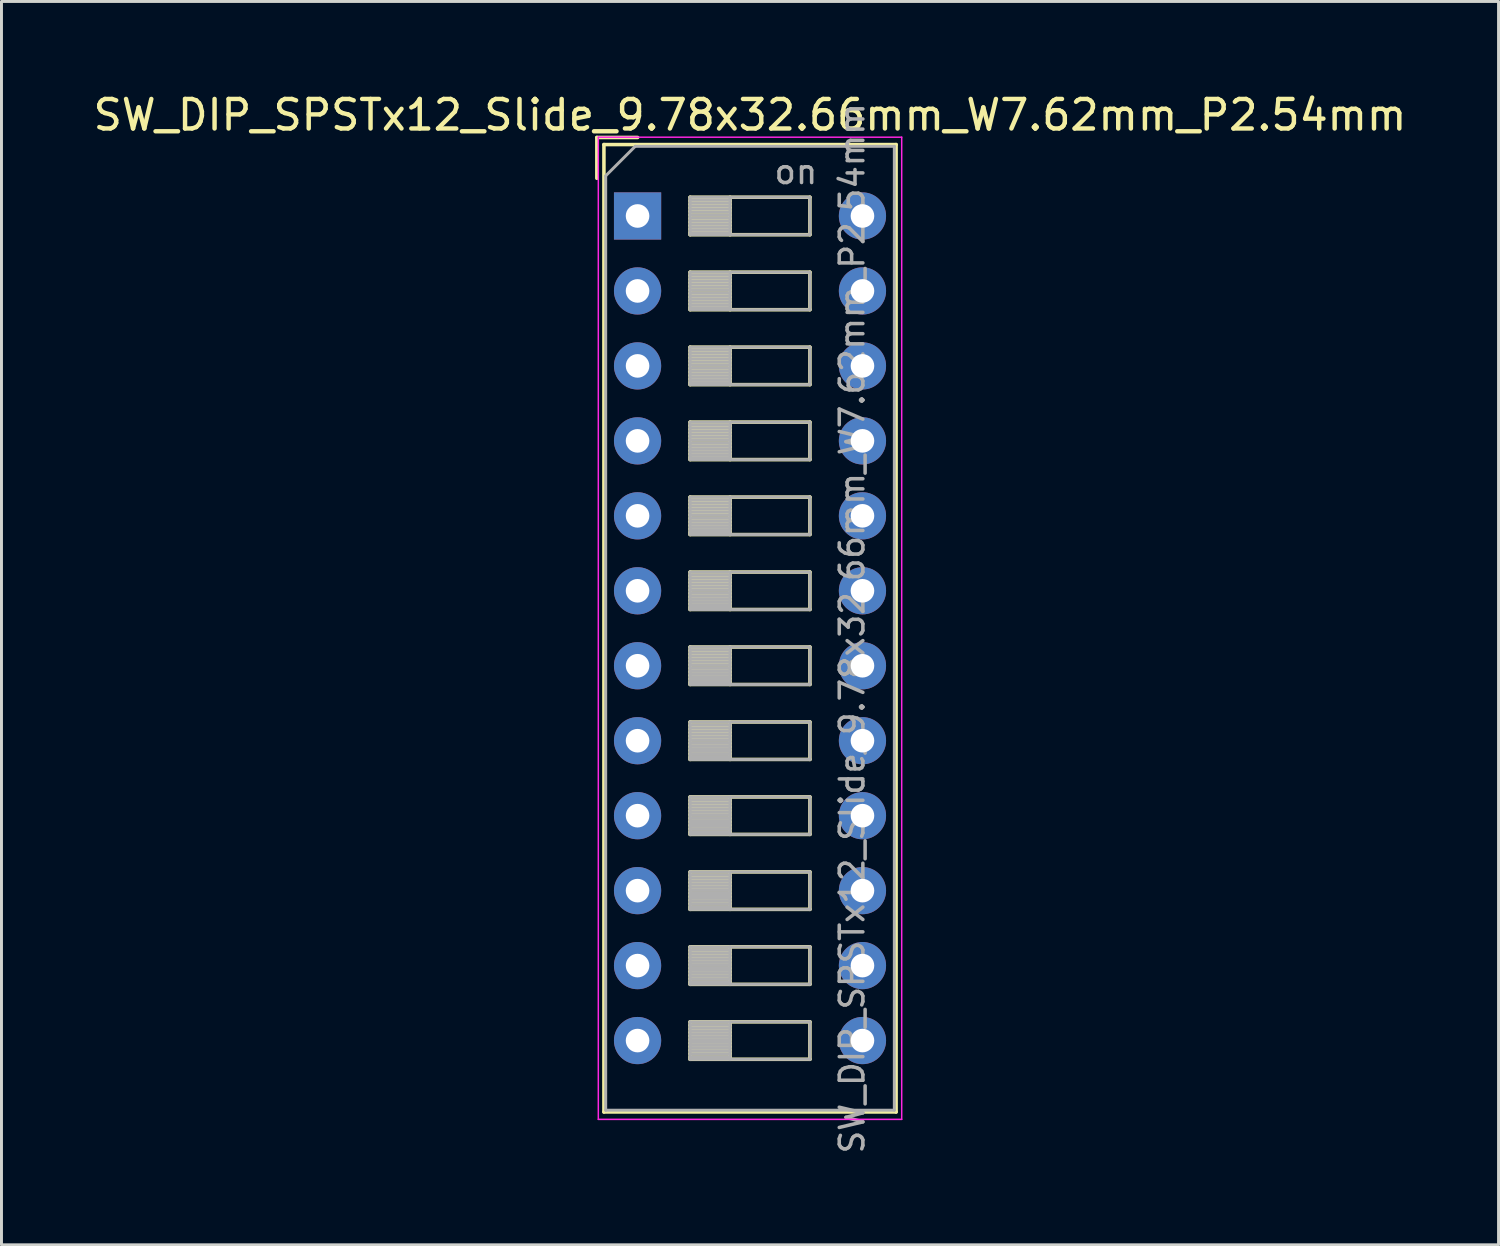
<source format=kicad_pcb>
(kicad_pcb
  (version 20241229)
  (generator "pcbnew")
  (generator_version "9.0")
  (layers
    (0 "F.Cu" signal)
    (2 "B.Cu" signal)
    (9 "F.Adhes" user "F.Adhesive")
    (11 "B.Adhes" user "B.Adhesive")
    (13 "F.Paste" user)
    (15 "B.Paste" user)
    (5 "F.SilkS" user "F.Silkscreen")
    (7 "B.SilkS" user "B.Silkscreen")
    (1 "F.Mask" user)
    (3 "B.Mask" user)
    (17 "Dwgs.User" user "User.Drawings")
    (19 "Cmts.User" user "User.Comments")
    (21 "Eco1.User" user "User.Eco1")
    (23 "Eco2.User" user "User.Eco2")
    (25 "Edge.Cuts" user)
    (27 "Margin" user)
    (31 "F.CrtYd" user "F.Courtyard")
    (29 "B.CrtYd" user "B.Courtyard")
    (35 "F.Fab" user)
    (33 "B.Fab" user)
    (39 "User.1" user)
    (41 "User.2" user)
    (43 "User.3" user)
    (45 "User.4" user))
  (footprint "SW_DIP_SPSTx12_Slide_9.78x32.66mm_W7.62mm_P2.54mm"
    (layer "F.Cu")
    (at 18.553 4.268)
    (property "Reference" "SW_DIP_SPSTx12_Slide_9.78x32.66mm_W7.62mm_P2.54mm" (at 3.81 -3.42 0) (layer "F.SilkS") (effects (font (size 1 1) (thickness 0.15))))
    (attr through_hole)
    (fp_line (start -1.38 -2.66) (end -1.38 -1.277) (stroke (width 0.12) (type solid)) (layer "F.SilkS"))
    (fp_line (start -1.38 -2.66) (end 0.003 -2.66) (stroke (width 0.12) (type solid)) (layer "F.SilkS"))
    (fp_line (start -1.14 -2.42) (end -1.14 30.36) (stroke (width 0.12) (type solid)) (layer "F.SilkS"))
    (fp_line (start -1.14 -2.42) (end 8.76 -2.42) (stroke (width 0.12) (type solid)) (layer "F.SilkS"))
    (fp_line (start -1.14 30.36) (end 8.76 30.36) (stroke (width 0.12) (type solid)) (layer "F.SilkS"))
    (fp_line (start 1.78 -0.635) (end 1.78 0.635) (stroke (width 0.12) (type solid)) (layer "F.SilkS"))
    (fp_line (start 1.78 -0.515) (end 3.133 -0.515) (stroke (width 0.12) (type solid)) (layer "F.SilkS"))
    (fp_line (start 1.78 -0.395) (end 3.133 -0.395) (stroke (width 0.12) (type solid)) (layer "F.SilkS"))
    (fp_line (start 1.78 -0.275) (end 3.133 -0.275) (stroke (width 0.12) (type solid)) (layer "F.SilkS"))
    (fp_line (start 1.78 -0.155) (end 3.133 -0.155) (stroke (width 0.12) (type solid)) (layer "F.SilkS"))
    (fp_line (start 1.78 -0.035) (end 3.133 -0.035) (stroke (width 0.12) (type solid)) (layer "F.SilkS"))
    (fp_line (start 1.78 0.085) (end 3.133 0.085) (stroke (width 0.12) (type solid)) (layer "F.SilkS"))
    (fp_line (start 1.78 0.205) (end 3.133 0.205) (stroke (width 0.12) (type solid)) (layer "F.SilkS"))
    (fp_line (start 1.78 0.325) (end 3.133 0.325) (stroke (width 0.12) (type solid)) (layer "F.SilkS"))
    (fp_line (start 1.78 0.445) (end 3.133 0.445) (stroke (width 0.12) (type solid)) (layer "F.SilkS"))
    (fp_line (start 1.78 0.565) (end 3.133 0.565) (stroke (width 0.12) (type solid)) (layer "F.SilkS"))
    (fp_line (start 1.78 0.635) (end 5.84 0.635) (stroke (width 0.12) (type solid)) (layer "F.SilkS"))
    (fp_line (start 1.78 1.905) (end 1.78 3.175) (stroke (width 0.12) (type solid)) (layer "F.SilkS"))
    (fp_line (start 1.78 2.025) (end 3.133 2.025) (stroke (width 0.12) (type solid)) (layer "F.SilkS"))
    (fp_line (start 1.78 2.145) (end 3.133 2.145) (stroke (width 0.12) (type solid)) (layer "F.SilkS"))
    (fp_line (start 1.78 2.265) (end 3.133 2.265) (stroke (width 0.12) (type solid)) (layer "F.SilkS"))
    (fp_line (start 1.78 2.385) (end 3.133 2.385) (stroke (width 0.12) (type solid)) (layer "F.SilkS"))
    (fp_line (start 1.78 2.505) (end 3.133 2.505) (stroke (width 0.12) (type solid)) (layer "F.SilkS"))
    (fp_line (start 1.78 2.625) (end 3.133 2.625) (stroke (width 0.12) (type solid)) (layer "F.SilkS"))
    (fp_line (start 1.78 2.745) (end 3.133 2.745) (stroke (width 0.12) (type solid)) (layer "F.SilkS"))
    (fp_line (start 1.78 2.865) (end 3.133 2.865) (stroke (width 0.12) (type solid)) (layer "F.SilkS"))
    (fp_line (start 1.78 2.985) (end 3.133 2.985) (stroke (width 0.12) (type solid)) (layer "F.SilkS"))
    (fp_line (start 1.78 3.105) (end 3.133 3.105) (stroke (width 0.12) (type solid)) (layer "F.SilkS"))
    (fp_line (start 1.78 3.175) (end 5.84 3.175) (stroke (width 0.12) (type solid)) (layer "F.SilkS"))
    (fp_line (start 1.78 4.445) (end 1.78 5.715) (stroke (width 0.12) (type solid)) (layer "F.SilkS"))
    (fp_line (start 1.78 4.565) (end 3.133 4.565) (stroke (width 0.12) (type solid)) (layer "F.SilkS"))
    (fp_line (start 1.78 4.685) (end 3.133 4.685) (stroke (width 0.12) (type solid)) (layer "F.SilkS"))
    (fp_line (start 1.78 4.805) (end 3.133 4.805) (stroke (width 0.12) (type solid)) (layer "F.SilkS"))
    (fp_line (start 1.78 4.925) (end 3.133 4.925) (stroke (width 0.12) (type solid)) (layer "F.SilkS"))
    (fp_line (start 1.78 5.045) (end 3.133 5.045) (stroke (width 0.12) (type solid)) (layer "F.SilkS"))
    (fp_line (start 1.78 5.165) (end 3.133 5.165) (stroke (width 0.12) (type solid)) (layer "F.SilkS"))
    (fp_line (start 1.78 5.285) (end 3.133 5.285) (stroke (width 0.12) (type solid)) (layer "F.SilkS"))
    (fp_line (start 1.78 5.405) (end 3.133 5.405) (stroke (width 0.12) (type solid)) (layer "F.SilkS"))
    (fp_line (start 1.78 5.525) (end 3.133 5.525) (stroke (width 0.12) (type solid)) (layer "F.SilkS"))
    (fp_line (start 1.78 5.645) (end 3.133 5.645) (stroke (width 0.12) (type solid)) (layer "F.SilkS"))
    (fp_line (start 1.78 5.715) (end 5.84 5.715) (stroke (width 0.12) (type solid)) (layer "F.SilkS"))
    (fp_line (start 1.78 6.985) (end 1.78 8.255) (stroke (width 0.12) (type solid)) (layer "F.SilkS"))
    (fp_line (start 1.78 7.105) (end 3.133 7.105) (stroke (width 0.12) (type solid)) (layer "F.SilkS"))
    (fp_line (start 1.78 7.225) (end 3.133 7.225) (stroke (width 0.12) (type solid)) (layer "F.SilkS"))
    (fp_line (start 1.78 7.345) (end 3.133 7.345) (stroke (width 0.12) (type solid)) (layer "F.SilkS"))
    (fp_line (start 1.78 7.465) (end 3.133 7.465) (stroke (width 0.12) (type solid)) (layer "F.SilkS"))
    (fp_line (start 1.78 7.585) (end 3.133 7.585) (stroke (width 0.12) (type solid)) (layer "F.SilkS"))
    (fp_line (start 1.78 7.705) (end 3.133 7.705) (stroke (width 0.12) (type solid)) (layer "F.SilkS"))
    (fp_line (start 1.78 7.825) (end 3.133 7.825) (stroke (width 0.12) (type solid)) (layer "F.SilkS"))
    (fp_line (start 1.78 7.945) (end 3.133 7.945) (stroke (width 0.12) (type solid)) (layer "F.SilkS"))
    (fp_line (start 1.78 8.065) (end 3.133 8.065) (stroke (width 0.12) (type solid)) (layer "F.SilkS"))
    (fp_line (start 1.78 8.185) (end 3.133 8.185) (stroke (width 0.12) (type solid)) (layer "F.SilkS"))
    (fp_line (start 1.78 8.255) (end 5.84 8.255) (stroke (width 0.12) (type solid)) (layer "F.SilkS"))
    (fp_line (start 1.78 9.525) (end 1.78 10.795) (stroke (width 0.12) (type solid)) (layer "F.SilkS"))
    (fp_line (start 1.78 9.645) (end 3.133 9.645) (stroke (width 0.12) (type solid)) (layer "F.SilkS"))
    (fp_line (start 1.78 9.765) (end 3.133 9.765) (stroke (width 0.12) (type solid)) (layer "F.SilkS"))
    (fp_line (start 1.78 9.885) (end 3.133 9.885) (stroke (width 0.12) (type solid)) (layer "F.SilkS"))
    (fp_line (start 1.78 10.005) (end 3.133 10.005) (stroke (width 0.12) (type solid)) (layer "F.SilkS"))
    (fp_line (start 1.78 10.125) (end 3.133 10.125) (stroke (width 0.12) (type solid)) (layer "F.SilkS"))
    (fp_line (start 1.78 10.245) (end 3.133 10.245) (stroke (width 0.12) (type solid)) (layer "F.SilkS"))
    (fp_line (start 1.78 10.365) (end 3.133 10.365) (stroke (width 0.12) (type solid)) (layer "F.SilkS"))
    (fp_line (start 1.78 10.485) (end 3.133 10.485) (stroke (width 0.12) (type solid)) (layer "F.SilkS"))
    (fp_line (start 1.78 10.605) (end 3.133 10.605) (stroke (width 0.12) (type solid)) (layer "F.SilkS"))
    (fp_line (start 1.78 10.725) (end 3.133 10.725) (stroke (width 0.12) (type solid)) (layer "F.SilkS"))
    (fp_line (start 1.78 10.795) (end 5.84 10.795) (stroke (width 0.12) (type solid)) (layer "F.SilkS"))
    (fp_line (start 1.78 12.065) (end 1.78 13.335) (stroke (width 0.12) (type solid)) (layer "F.SilkS"))
    (fp_line (start 1.78 12.185) (end 3.133 12.185) (stroke (width 0.12) (type solid)) (layer "F.SilkS"))
    (fp_line (start 1.78 12.305) (end 3.133 12.305) (stroke (width 0.12) (type solid)) (layer "F.SilkS"))
    (fp_line (start 1.78 12.425) (end 3.133 12.425) (stroke (width 0.12) (type solid)) (layer "F.SilkS"))
    (fp_line (start 1.78 12.545) (end 3.133 12.545) (stroke (width 0.12) (type solid)) (layer "F.SilkS"))
    (fp_line (start 1.78 12.665) (end 3.133 12.665) (stroke (width 0.12) (type solid)) (layer "F.SilkS"))
    (fp_line (start 1.78 12.785) (end 3.133 12.785) (stroke (width 0.12) (type solid)) (layer "F.SilkS"))
    (fp_line (start 1.78 12.905) (end 3.133 12.905) (stroke (width 0.12) (type solid)) (layer "F.SilkS"))
    (fp_line (start 1.78 13.025) (end 3.133 13.025) (stroke (width 0.12) (type solid)) (layer "F.SilkS"))
    (fp_line (start 1.78 13.145) (end 3.133 13.145) (stroke (width 0.12) (type solid)) (layer "F.SilkS"))
    (fp_line (start 1.78 13.265) (end 3.133 13.265) (stroke (width 0.12) (type solid)) (layer "F.SilkS"))
    (fp_line (start 1.78 13.335) (end 5.84 13.335) (stroke (width 0.12) (type solid)) (layer "F.SilkS"))
    (fp_line (start 1.78 14.605) (end 1.78 15.875) (stroke (width 0.12) (type solid)) (layer "F.SilkS"))
    (fp_line (start 1.78 14.725) (end 3.133 14.725) (stroke (width 0.12) (type solid)) (layer "F.SilkS"))
    (fp_line (start 1.78 14.845) (end 3.133 14.845) (stroke (width 0.12) (type solid)) (layer "F.SilkS"))
    (fp_line (start 1.78 14.965) (end 3.133 14.965) (stroke (width 0.12) (type solid)) (layer "F.SilkS"))
    (fp_line (start 1.78 15.085) (end 3.133 15.085) (stroke (width 0.12) (type solid)) (layer "F.SilkS"))
    (fp_line (start 1.78 15.205) (end 3.133 15.205) (stroke (width 0.12) (type solid)) (layer "F.SilkS"))
    (fp_line (start 1.78 15.325) (end 3.133 15.325) (stroke (width 0.12) (type solid)) (layer "F.SilkS"))
    (fp_line (start 1.78 15.445) (end 3.133 15.445) (stroke (width 0.12) (type solid)) (layer "F.SilkS"))
    (fp_line (start 1.78 15.565) (end 3.133 15.565) (stroke (width 0.12) (type solid)) (layer "F.SilkS"))
    (fp_line (start 1.78 15.685) (end 3.133 15.685) (stroke (width 0.12) (type solid)) (layer "F.SilkS"))
    (fp_line (start 1.78 15.805) (end 3.133 15.805) (stroke (width 0.12) (type solid)) (layer "F.SilkS"))
    (fp_line (start 1.78 15.875) (end 5.84 15.875) (stroke (width 0.12) (type solid)) (layer "F.SilkS"))
    (fp_line (start 1.78 17.145) (end 1.78 18.415) (stroke (width 0.12) (type solid)) (layer "F.SilkS"))
    (fp_line (start 1.78 17.265) (end 3.133 17.265) (stroke (width 0.12) (type solid)) (layer "F.SilkS"))
    (fp_line (start 1.78 17.385) (end 3.133 17.385) (stroke (width 0.12) (type solid)) (layer "F.SilkS"))
    (fp_line (start 1.78 17.505) (end 3.133 17.505) (stroke (width 0.12) (type solid)) (layer "F.SilkS"))
    (fp_line (start 1.78 17.625) (end 3.133 17.625) (stroke (width 0.12) (type solid)) (layer "F.SilkS"))
    (fp_line (start 1.78 17.745) (end 3.133 17.745) (stroke (width 0.12) (type solid)) (layer "F.SilkS"))
    (fp_line (start 1.78 17.865) (end 3.133 17.865) (stroke (width 0.12) (type solid)) (layer "F.SilkS"))
    (fp_line (start 1.78 17.985) (end 3.133 17.985) (stroke (width 0.12) (type solid)) (layer "F.SilkS"))
    (fp_line (start 1.78 18.105) (end 3.133 18.105) (stroke (width 0.12) (type solid)) (layer "F.SilkS"))
    (fp_line (start 1.78 18.225) (end 3.133 18.225) (stroke (width 0.12) (type solid)) (layer "F.SilkS"))
    (fp_line (start 1.78 18.345) (end 3.133 18.345) (stroke (width 0.12) (type solid)) (layer "F.SilkS"))
    (fp_line (start 1.78 18.415) (end 5.84 18.415) (stroke (width 0.12) (type solid)) (layer "F.SilkS"))
    (fp_line (start 1.78 19.685) (end 1.78 20.955) (stroke (width 0.12) (type solid)) (layer "F.SilkS"))
    (fp_line (start 1.78 19.805) (end 3.133 19.805) (stroke (width 0.12) (type solid)) (layer "F.SilkS"))
    (fp_line (start 1.78 19.925) (end 3.133 19.925) (stroke (width 0.12) (type solid)) (layer "F.SilkS"))
    (fp_line (start 1.78 20.045) (end 3.133 20.045) (stroke (width 0.12) (type solid)) (layer "F.SilkS"))
    (fp_line (start 1.78 20.165) (end 3.133 20.165) (stroke (width 0.12) (type solid)) (layer "F.SilkS"))
    (fp_line (start 1.78 20.285) (end 3.133 20.285) (stroke (width 0.12) (type solid)) (layer "F.SilkS"))
    (fp_line (start 1.78 20.405) (end 3.133 20.405) (stroke (width 0.12) (type solid)) (layer "F.SilkS"))
    (fp_line (start 1.78 20.525) (end 3.133 20.525) (stroke (width 0.12) (type solid)) (layer "F.SilkS"))
    (fp_line (start 1.78 20.645) (end 3.133 20.645) (stroke (width 0.12) (type solid)) (layer "F.SilkS"))
    (fp_line (start 1.78 20.765) (end 3.133 20.765) (stroke (width 0.12) (type solid)) (layer "F.SilkS"))
    (fp_line (start 1.78 20.885) (end 3.133 20.885) (stroke (width 0.12) (type solid)) (layer "F.SilkS"))
    (fp_line (start 1.78 20.955) (end 5.84 20.955) (stroke (width 0.12) (type solid)) (layer "F.SilkS"))
    (fp_line (start 1.78 22.225) (end 1.78 23.495) (stroke (width 0.12) (type solid)) (layer "F.SilkS"))
    (fp_line (start 1.78 22.345) (end 3.133 22.345) (stroke (width 0.12) (type solid)) (layer "F.SilkS"))
    (fp_line (start 1.78 22.465) (end 3.133 22.465) (stroke (width 0.12) (type solid)) (layer "F.SilkS"))
    (fp_line (start 1.78 22.585) (end 3.133 22.585) (stroke (width 0.12) (type solid)) (layer "F.SilkS"))
    (fp_line (start 1.78 22.705) (end 3.133 22.705) (stroke (width 0.12) (type solid)) (layer "F.SilkS"))
    (fp_line (start 1.78 22.825) (end 3.133 22.825) (stroke (width 0.12) (type solid)) (layer "F.SilkS"))
    (fp_line (start 1.78 22.945) (end 3.133 22.945) (stroke (width 0.12) (type solid)) (layer "F.SilkS"))
    (fp_line (start 1.78 23.065) (end 3.133 23.065) (stroke (width 0.12) (type solid)) (layer "F.SilkS"))
    (fp_line (start 1.78 23.185) (end 3.133 23.185) (stroke (width 0.12) (type solid)) (layer "F.SilkS"))
    (fp_line (start 1.78 23.305) (end 3.133 23.305) (stroke (width 0.12) (type solid)) (layer "F.SilkS"))
    (fp_line (start 1.78 23.425) (end 3.133 23.425) (stroke (width 0.12) (type solid)) (layer "F.SilkS"))
    (fp_line (start 1.78 23.495) (end 5.84 23.495) (stroke (width 0.12) (type solid)) (layer "F.SilkS"))
    (fp_line (start 1.78 24.765) (end 1.78 26.035) (stroke (width 0.12) (type solid)) (layer "F.SilkS"))
    (fp_line (start 1.78 24.885) (end 3.133 24.885) (stroke (width 0.12) (type solid)) (layer "F.SilkS"))
    (fp_line (start 1.78 25.005) (end 3.133 25.005) (stroke (width 0.12) (type solid)) (layer "F.SilkS"))
    (fp_line (start 1.78 25.125) (end 3.133 25.125) (stroke (width 0.12) (type solid)) (layer "F.SilkS"))
    (fp_line (start 1.78 25.245) (end 3.133 25.245) (stroke (width 0.12) (type solid)) (layer "F.SilkS"))
    (fp_line (start 1.78 25.365) (end 3.133 25.365) (stroke (width 0.12) (type solid)) (layer "F.SilkS"))
    (fp_line (start 1.78 25.485) (end 3.133 25.485) (stroke (width 0.12) (type solid)) (layer "F.SilkS"))
    (fp_line (start 1.78 25.605) (end 3.133 25.605) (stroke (width 0.12) (type solid)) (layer "F.SilkS"))
    (fp_line (start 1.78 25.725) (end 3.133 25.725) (stroke (width 0.12) (type solid)) (layer "F.SilkS"))
    (fp_line (start 1.78 25.845) (end 3.133 25.845) (stroke (width 0.12) (type solid)) (layer "F.SilkS"))
    (fp_line (start 1.78 25.965) (end 3.133 25.965) (stroke (width 0.12) (type solid)) (layer "F.SilkS"))
    (fp_line (start 1.78 26.035) (end 5.84 26.035) (stroke (width 0.12) (type solid)) (layer "F.SilkS"))
    (fp_line (start 1.78 27.305) (end 1.78 28.575) (stroke (width 0.12) (type solid)) (layer "F.SilkS"))
    (fp_line (start 1.78 27.425) (end 3.133 27.425) (stroke (width 0.12) (type solid)) (layer "F.SilkS"))
    (fp_line (start 1.78 27.545) (end 3.133 27.545) (stroke (width 0.12) (type solid)) (layer "F.SilkS"))
    (fp_line (start 1.78 27.665) (end 3.133 27.665) (stroke (width 0.12) (type solid)) (layer "F.SilkS"))
    (fp_line (start 1.78 27.785) (end 3.133 27.785) (stroke (width 0.12) (type solid)) (layer "F.SilkS"))
    (fp_line (start 1.78 27.905) (end 3.133 27.905) (stroke (width 0.12) (type solid)) (layer "F.SilkS"))
    (fp_line (start 1.78 28.025) (end 3.133 28.025) (stroke (width 0.12) (type solid)) (layer "F.SilkS"))
    (fp_line (start 1.78 28.145) (end 3.133 28.145) (stroke (width 0.12) (type solid)) (layer "F.SilkS"))
    (fp_line (start 1.78 28.265) (end 3.133 28.265) (stroke (width 0.12) (type solid)) (layer "F.SilkS"))
    (fp_line (start 1.78 28.385) (end 3.133 28.385) (stroke (width 0.12) (type solid)) (layer "F.SilkS"))
    (fp_line (start 1.78 28.505) (end 3.133 28.505) (stroke (width 0.12) (type solid)) (layer "F.SilkS"))
    (fp_line (start 1.78 28.575) (end 5.84 28.575) (stroke (width 0.12) (type solid)) (layer "F.SilkS"))
    (fp_line (start 3.133 -0.635) (end 3.133 0.635) (stroke (width 0.12) (type solid)) (layer "F.SilkS"))
    (fp_line (start 3.133 1.905) (end 3.133 3.175) (stroke (width 0.12) (type solid)) (layer "F.SilkS"))
    (fp_line (start 3.133 4.445) (end 3.133 5.715) (stroke (width 0.12) (type solid)) (layer "F.SilkS"))
    (fp_line (start 3.133 6.985) (end 3.133 8.255) (stroke (width 0.12) (type solid)) (layer "F.SilkS"))
    (fp_line (start 3.133 9.525) (end 3.133 10.795) (stroke (width 0.12) (type solid)) (layer "F.SilkS"))
    (fp_line (start 3.133 12.065) (end 3.133 13.335) (stroke (width 0.12) (type solid)) (layer "F.SilkS"))
    (fp_line (start 3.133 14.605) (end 3.133 15.875) (stroke (width 0.12) (type solid)) (layer "F.SilkS"))
    (fp_line (start 3.133 17.145) (end 3.133 18.415) (stroke (width 0.12) (type solid)) (layer "F.SilkS"))
    (fp_line (start 3.133 19.685) (end 3.133 20.955) (stroke (width 0.12) (type solid)) (layer "F.SilkS"))
    (fp_line (start 3.133 22.225) (end 3.133 23.495) (stroke (width 0.12) (type solid)) (layer "F.SilkS"))
    (fp_line (start 3.133 24.765) (end 3.133 26.035) (stroke (width 0.12) (type solid)) (layer "F.SilkS"))
    (fp_line (start 3.133 27.305) (end 3.133 28.575) (stroke (width 0.12) (type solid)) (layer "F.SilkS"))
    (fp_line (start 5.84 -0.635) (end 1.78 -0.635) (stroke (width 0.12) (type solid)) (layer "F.SilkS"))
    (fp_line (start 5.84 0.635) (end 5.84 -0.635) (stroke (width 0.12) (type solid)) (layer "F.SilkS"))
    (fp_line (start 5.84 1.905) (end 1.78 1.905) (stroke (width 0.12) (type solid)) (layer "F.SilkS"))
    (fp_line (start 5.84 3.175) (end 5.84 1.905) (stroke (width 0.12) (type solid)) (layer "F.SilkS"))
    (fp_line (start 5.84 4.445) (end 1.78 4.445) (stroke (width 0.12) (type solid)) (layer "F.SilkS"))
    (fp_line (start 5.84 5.715) (end 5.84 4.445) (stroke (width 0.12) (type solid)) (layer "F.SilkS"))
    (fp_line (start 5.84 6.985) (end 1.78 6.985) (stroke (width 0.12) (type solid)) (layer "F.SilkS"))
    (fp_line (start 5.84 8.255) (end 5.84 6.985) (stroke (width 0.12) (type solid)) (layer "F.SilkS"))
    (fp_line (start 5.84 9.525) (end 1.78 9.525) (stroke (width 0.12) (type solid)) (layer "F.SilkS"))
    (fp_line (start 5.84 10.795) (end 5.84 9.525) (stroke (width 0.12) (type solid)) (layer "F.SilkS"))
    (fp_line (start 5.84 12.065) (end 1.78 12.065) (stroke (width 0.12) (type solid)) (layer "F.SilkS"))
    (fp_line (start 5.84 13.335) (end 5.84 12.065) (stroke (width 0.12) (type solid)) (layer "F.SilkS"))
    (fp_line (start 5.84 14.605) (end 1.78 14.605) (stroke (width 0.12) (type solid)) (layer "F.SilkS"))
    (fp_line (start 5.84 15.875) (end 5.84 14.605) (stroke (width 0.12) (type solid)) (layer "F.SilkS"))
    (fp_line (start 5.84 17.145) (end 1.78 17.145) (stroke (width 0.12) (type solid)) (layer "F.SilkS"))
    (fp_line (start 5.84 18.415) (end 5.84 17.145) (stroke (width 0.12) (type solid)) (layer "F.SilkS"))
    (fp_line (start 5.84 19.685) (end 1.78 19.685) (stroke (width 0.12) (type solid)) (layer "F.SilkS"))
    (fp_line (start 5.84 20.955) (end 5.84 19.685) (stroke (width 0.12) (type solid)) (layer "F.SilkS"))
    (fp_line (start 5.84 22.225) (end 1.78 22.225) (stroke (width 0.12) (type solid)) (layer "F.SilkS"))
    (fp_line (start 5.84 23.495) (end 5.84 22.225) (stroke (width 0.12) (type solid)) (layer "F.SilkS"))
    (fp_line (start 5.84 24.765) (end 1.78 24.765) (stroke (width 0.12) (type solid)) (layer "F.SilkS"))
    (fp_line (start 5.84 26.035) (end 5.84 24.765) (stroke (width 0.12) (type solid)) (layer "F.SilkS"))
    (fp_line (start 5.84 27.305) (end 1.78 27.305) (stroke (width 0.12) (type solid)) (layer "F.SilkS"))
    (fp_line (start 5.84 28.575) (end 5.84 27.305) (stroke (width 0.12) (type solid)) (layer "F.SilkS"))
    (fp_line (start 8.76 -2.42) (end 8.76 30.36) (stroke (width 0.12) (type solid)) (layer "F.SilkS"))
    (fp_line (start -1.33 -2.67) (end -1.33 30.61) (stroke (width 0.05) (type solid)) (layer "F.CrtYd"))
    (fp_line (start -1.33 30.61) (end 8.95 30.61) (stroke (width 0.05) (type solid)) (layer "F.CrtYd"))
    (fp_line (start 8.95 -2.67) (end -1.33 -2.67) (stroke (width 0.05) (type solid)) (layer "F.CrtYd"))
    (fp_line (start 8.95 30.61) (end 8.95 -2.67) (stroke (width 0.05) (type solid)) (layer "F.CrtYd"))
    (fp_line (start -1.08 -1.36) (end -0.08 -2.36) (stroke (width 0.1) (type solid)) (layer "F.Fab"))
    (fp_line (start -1.08 30.3) (end -1.08 -1.36) (stroke (width 0.1) (type solid)) (layer "F.Fab"))
    (fp_line (start -0.08 -2.36) (end 8.7 -2.36) (stroke (width 0.1) (type solid)) (layer "F.Fab"))
    (fp_line (start 1.78 -0.635) (end 1.78 0.635) (stroke (width 0.1) (type solid)) (layer "F.Fab"))
    (fp_line (start 1.78 -0.535) (end 3.133 -0.535) (stroke (width 0.1) (type solid)) (layer "F.Fab"))
    (fp_line (start 1.78 -0.435) (end 3.133 -0.435) (stroke (width 0.1) (type solid)) (layer "F.Fab"))
    (fp_line (start 1.78 -0.335) (end 3.133 -0.335) (stroke (width 0.1) (type solid)) (layer "F.Fab"))
    (fp_line (start 1.78 -0.235) (end 3.133 -0.235) (stroke (width 0.1) (type solid)) (layer "F.Fab"))
    (fp_line (start 1.78 -0.135) (end 3.133 -0.135) (stroke (width 0.1) (type solid)) (layer "F.Fab"))
    (fp_line (start 1.78 -0.035) (end 3.133 -0.035) (stroke (width 0.1) (type solid)) (layer "F.Fab"))
    (fp_line (start 1.78 0.065) (end 3.133 0.065) (stroke (width 0.1) (type solid)) (layer "F.Fab"))
    (fp_line (start 1.78 0.165) (end 3.133 0.165) (stroke (width 0.1) (type solid)) (layer "F.Fab"))
    (fp_line (start 1.78 0.265) (end 3.133 0.265) (stroke (width 0.1) (type solid)) (layer "F.Fab"))
    (fp_line (start 1.78 0.365) (end 3.133 0.365) (stroke (width 0.1) (type solid)) (layer "F.Fab"))
    (fp_line (start 1.78 0.465) (end 3.133 0.465) (stroke (width 0.1) (type solid)) (layer "F.Fab"))
    (fp_line (start 1.78 0.565) (end 3.133 0.565) (stroke (width 0.1) (type solid)) (layer "F.Fab"))
    (fp_line (start 1.78 0.635) (end 5.84 0.635) (stroke (width 0.1) (type solid)) (layer "F.Fab"))
    (fp_line (start 1.78 1.905) (end 1.78 3.175) (stroke (width 0.1) (type solid)) (layer "F.Fab"))
    (fp_line (start 1.78 2.005) (end 3.133 2.005) (stroke (width 0.1) (type solid)) (layer "F.Fab"))
    (fp_line (start 1.78 2.105) (end 3.133 2.105) (stroke (width 0.1) (type solid)) (layer "F.Fab"))
    (fp_line (start 1.78 2.205) (end 3.133 2.205) (stroke (width 0.1) (type solid)) (layer "F.Fab"))
    (fp_line (start 1.78 2.305) (end 3.133 2.305) (stroke (width 0.1) (type solid)) (layer "F.Fab"))
    (fp_line (start 1.78 2.405) (end 3.133 2.405) (stroke (width 0.1) (type solid)) (layer "F.Fab"))
    (fp_line (start 1.78 2.505) (end 3.133 2.505) (stroke (width 0.1) (type solid)) (layer "F.Fab"))
    (fp_line (start 1.78 2.605) (end 3.133 2.605) (stroke (width 0.1) (type solid)) (layer "F.Fab"))
    (fp_line (start 1.78 2.705) (end 3.133 2.705) (stroke (width 0.1) (type solid)) (layer "F.Fab"))
    (fp_line (start 1.78 2.805) (end 3.133 2.805) (stroke (width 0.1) (type solid)) (layer "F.Fab"))
    (fp_line (start 1.78 2.905) (end 3.133 2.905) (stroke (width 0.1) (type solid)) (layer "F.Fab"))
    (fp_line (start 1.78 3.005) (end 3.133 3.005) (stroke (width 0.1) (type solid)) (layer "F.Fab"))
    (fp_line (start 1.78 3.105) (end 3.133 3.105) (stroke (width 0.1) (type solid)) (layer "F.Fab"))
    (fp_line (start 1.78 3.175) (end 5.84 3.175) (stroke (width 0.1) (type solid)) (layer "F.Fab"))
    (fp_line (start 1.78 4.445) (end 1.78 5.715) (stroke (width 0.1) (type solid)) (layer "F.Fab"))
    (fp_line (start 1.78 4.545) (end 3.133 4.545) (stroke (width 0.1) (type solid)) (layer "F.Fab"))
    (fp_line (start 1.78 4.645) (end 3.133 4.645) (stroke (width 0.1) (type solid)) (layer "F.Fab"))
    (fp_line (start 1.78 4.745) (end 3.133 4.745) (stroke (width 0.1) (type solid)) (layer "F.Fab"))
    (fp_line (start 1.78 4.845) (end 3.133 4.845) (stroke (width 0.1) (type solid)) (layer "F.Fab"))
    (fp_line (start 1.78 4.945) (end 3.133 4.945) (stroke (width 0.1) (type solid)) (layer "F.Fab"))
    (fp_line (start 1.78 5.045) (end 3.133 5.045) (stroke (width 0.1) (type solid)) (layer "F.Fab"))
    (fp_line (start 1.78 5.145) (end 3.133 5.145) (stroke (width 0.1) (type solid)) (layer "F.Fab"))
    (fp_line (start 1.78 5.245) (end 3.133 5.245) (stroke (width 0.1) (type solid)) (layer "F.Fab"))
    (fp_line (start 1.78 5.345) (end 3.133 5.345) (stroke (width 0.1) (type solid)) (layer "F.Fab"))
    (fp_line (start 1.78 5.445) (end 3.133 5.445) (stroke (width 0.1) (type solid)) (layer "F.Fab"))
    (fp_line (start 1.78 5.545) (end 3.133 5.545) (stroke (width 0.1) (type solid)) (layer "F.Fab"))
    (fp_line (start 1.78 5.645) (end 3.133 5.645) (stroke (width 0.1) (type solid)) (layer "F.Fab"))
    (fp_line (start 1.78 5.715) (end 5.84 5.715) (stroke (width 0.1) (type solid)) (layer "F.Fab"))
    (fp_line (start 1.78 6.985) (end 1.78 8.255) (stroke (width 0.1) (type solid)) (layer "F.Fab"))
    (fp_line (start 1.78 7.085) (end 3.133 7.085) (stroke (width 0.1) (type solid)) (layer "F.Fab"))
    (fp_line (start 1.78 7.185) (end 3.133 7.185) (stroke (width 0.1) (type solid)) (layer "F.Fab"))
    (fp_line (start 1.78 7.285) (end 3.133 7.285) (stroke (width 0.1) (type solid)) (layer "F.Fab"))
    (fp_line (start 1.78 7.385) (end 3.133 7.385) (stroke (width 0.1) (type solid)) (layer "F.Fab"))
    (fp_line (start 1.78 7.485) (end 3.133 7.485) (stroke (width 0.1) (type solid)) (layer "F.Fab"))
    (fp_line (start 1.78 7.585) (end 3.133 7.585) (stroke (width 0.1) (type solid)) (layer "F.Fab"))
    (fp_line (start 1.78 7.685) (end 3.133 7.685) (stroke (width 0.1) (type solid)) (layer "F.Fab"))
    (fp_line (start 1.78 7.785) (end 3.133 7.785) (stroke (width 0.1) (type solid)) (layer "F.Fab"))
    (fp_line (start 1.78 7.885) (end 3.133 7.885) (stroke (width 0.1) (type solid)) (layer "F.Fab"))
    (fp_line (start 1.78 7.985) (end 3.133 7.985) (stroke (width 0.1) (type solid)) (layer "F.Fab"))
    (fp_line (start 1.78 8.085) (end 3.133 8.085) (stroke (width 0.1) (type solid)) (layer "F.Fab"))
    (fp_line (start 1.78 8.185) (end 3.133 8.185) (stroke (width 0.1) (type solid)) (layer "F.Fab"))
    (fp_line (start 1.78 8.255) (end 5.84 8.255) (stroke (width 0.1) (type solid)) (layer "F.Fab"))
    (fp_line (start 1.78 9.525) (end 1.78 10.795) (stroke (width 0.1) (type solid)) (layer "F.Fab"))
    (fp_line (start 1.78 9.625) (end 3.133 9.625) (stroke (width 0.1) (type solid)) (layer "F.Fab"))
    (fp_line (start 1.78 9.725) (end 3.133 9.725) (stroke (width 0.1) (type solid)) (layer "F.Fab"))
    (fp_line (start 1.78 9.825) (end 3.133 9.825) (stroke (width 0.1) (type solid)) (layer "F.Fab"))
    (fp_line (start 1.78 9.925) (end 3.133 9.925) (stroke (width 0.1) (type solid)) (layer "F.Fab"))
    (fp_line (start 1.78 10.025) (end 3.133 10.025) (stroke (width 0.1) (type solid)) (layer "F.Fab"))
    (fp_line (start 1.78 10.125) (end 3.133 10.125) (stroke (width 0.1) (type solid)) (layer "F.Fab"))
    (fp_line (start 1.78 10.225) (end 3.133 10.225) (stroke (width 0.1) (type solid)) (layer "F.Fab"))
    (fp_line (start 1.78 10.325) (end 3.133 10.325) (stroke (width 0.1) (type solid)) (layer "F.Fab"))
    (fp_line (start 1.78 10.425) (end 3.133 10.425) (stroke (width 0.1) (type solid)) (layer "F.Fab"))
    (fp_line (start 1.78 10.525) (end 3.133 10.525) (stroke (width 0.1) (type solid)) (layer "F.Fab"))
    (fp_line (start 1.78 10.625) (end 3.133 10.625) (stroke (width 0.1) (type solid)) (layer "F.Fab"))
    (fp_line (start 1.78 10.725) (end 3.133 10.725) (stroke (width 0.1) (type solid)) (layer "F.Fab"))
    (fp_line (start 1.78 10.795) (end 5.84 10.795) (stroke (width 0.1) (type solid)) (layer "F.Fab"))
    (fp_line (start 1.78 12.065) (end 1.78 13.335) (stroke (width 0.1) (type solid)) (layer "F.Fab"))
    (fp_line (start 1.78 12.165) (end 3.133 12.165) (stroke (width 0.1) (type solid)) (layer "F.Fab"))
    (fp_line (start 1.78 12.265) (end 3.133 12.265) (stroke (width 0.1) (type solid)) (layer "F.Fab"))
    (fp_line (start 1.78 12.365) (end 3.133 12.365) (stroke (width 0.1) (type solid)) (layer "F.Fab"))
    (fp_line (start 1.78 12.465) (end 3.133 12.465) (stroke (width 0.1) (type solid)) (layer "F.Fab"))
    (fp_line (start 1.78 12.565) (end 3.133 12.565) (stroke (width 0.1) (type solid)) (layer "F.Fab"))
    (fp_line (start 1.78 12.665) (end 3.133 12.665) (stroke (width 0.1) (type solid)) (layer "F.Fab"))
    (fp_line (start 1.78 12.765) (end 3.133 12.765) (stroke (width 0.1) (type solid)) (layer "F.Fab"))
    (fp_line (start 1.78 12.865) (end 3.133 12.865) (stroke (width 0.1) (type solid)) (layer "F.Fab"))
    (fp_line (start 1.78 12.965) (end 3.133 12.965) (stroke (width 0.1) (type solid)) (layer "F.Fab"))
    (fp_line (start 1.78 13.065) (end 3.133 13.065) (stroke (width 0.1) (type solid)) (layer "F.Fab"))
    (fp_line (start 1.78 13.165) (end 3.133 13.165) (stroke (width 0.1) (type solid)) (layer "F.Fab"))
    (fp_line (start 1.78 13.265) (end 3.133 13.265) (stroke (width 0.1) (type solid)) (layer "F.Fab"))
    (fp_line (start 1.78 13.335) (end 5.84 13.335) (stroke (width 0.1) (type solid)) (layer "F.Fab"))
    (fp_line (start 1.78 14.605) (end 1.78 15.875) (stroke (width 0.1) (type solid)) (layer "F.Fab"))
    (fp_line (start 1.78 14.705) (end 3.133 14.705) (stroke (width 0.1) (type solid)) (layer "F.Fab"))
    (fp_line (start 1.78 14.805) (end 3.133 14.805) (stroke (width 0.1) (type solid)) (layer "F.Fab"))
    (fp_line (start 1.78 14.905) (end 3.133 14.905) (stroke (width 0.1) (type solid)) (layer "F.Fab"))
    (fp_line (start 1.78 15.005) (end 3.133 15.005) (stroke (width 0.1) (type solid)) (layer "F.Fab"))
    (fp_line (start 1.78 15.105) (end 3.133 15.105) (stroke (width 0.1) (type solid)) (layer "F.Fab"))
    (fp_line (start 1.78 15.205) (end 3.133 15.205) (stroke (width 0.1) (type solid)) (layer "F.Fab"))
    (fp_line (start 1.78 15.305) (end 3.133 15.305) (stroke (width 0.1) (type solid)) (layer "F.Fab"))
    (fp_line (start 1.78 15.405) (end 3.133 15.405) (stroke (width 0.1) (type solid)) (layer "F.Fab"))
    (fp_line (start 1.78 15.505) (end 3.133 15.505) (stroke (width 0.1) (type solid)) (layer "F.Fab"))
    (fp_line (start 1.78 15.605) (end 3.133 15.605) (stroke (width 0.1) (type solid)) (layer "F.Fab"))
    (fp_line (start 1.78 15.705) (end 3.133 15.705) (stroke (width 0.1) (type solid)) (layer "F.Fab"))
    (fp_line (start 1.78 15.805) (end 3.133 15.805) (stroke (width 0.1) (type solid)) (layer "F.Fab"))
    (fp_line (start 1.78 15.875) (end 5.84 15.875) (stroke (width 0.1) (type solid)) (layer "F.Fab"))
    (fp_line (start 1.78 17.145) (end 1.78 18.415) (stroke (width 0.1) (type solid)) (layer "F.Fab"))
    (fp_line (start 1.78 17.245) (end 3.133 17.245) (stroke (width 0.1) (type solid)) (layer "F.Fab"))
    (fp_line (start 1.78 17.345) (end 3.133 17.345) (stroke (width 0.1) (type solid)) (layer "F.Fab"))
    (fp_line (start 1.78 17.445) (end 3.133 17.445) (stroke (width 0.1) (type solid)) (layer "F.Fab"))
    (fp_line (start 1.78 17.545) (end 3.133 17.545) (stroke (width 0.1) (type solid)) (layer "F.Fab"))
    (fp_line (start 1.78 17.645) (end 3.133 17.645) (stroke (width 0.1) (type solid)) (layer "F.Fab"))
    (fp_line (start 1.78 17.745) (end 3.133 17.745) (stroke (width 0.1) (type solid)) (layer "F.Fab"))
    (fp_line (start 1.78 17.845) (end 3.133 17.845) (stroke (width 0.1) (type solid)) (layer "F.Fab"))
    (fp_line (start 1.78 17.945) (end 3.133 17.945) (stroke (width 0.1) (type solid)) (layer "F.Fab"))
    (fp_line (start 1.78 18.045) (end 3.133 18.045) (stroke (width 0.1) (type solid)) (layer "F.Fab"))
    (fp_line (start 1.78 18.145) (end 3.133 18.145) (stroke (width 0.1) (type solid)) (layer "F.Fab"))
    (fp_line (start 1.78 18.245) (end 3.133 18.245) (stroke (width 0.1) (type solid)) (layer "F.Fab"))
    (fp_line (start 1.78 18.345) (end 3.133 18.345) (stroke (width 0.1) (type solid)) (layer "F.Fab"))
    (fp_line (start 1.78 18.415) (end 5.84 18.415) (stroke (width 0.1) (type solid)) (layer "F.Fab"))
    (fp_line (start 1.78 19.685) (end 1.78 20.955) (stroke (width 0.1) (type solid)) (layer "F.Fab"))
    (fp_line (start 1.78 19.785) (end 3.133 19.785) (stroke (width 0.1) (type solid)) (layer "F.Fab"))
    (fp_line (start 1.78 19.885) (end 3.133 19.885) (stroke (width 0.1) (type solid)) (layer "F.Fab"))
    (fp_line (start 1.78 19.985) (end 3.133 19.985) (stroke (width 0.1) (type solid)) (layer "F.Fab"))
    (fp_line (start 1.78 20.085) (end 3.133 20.085) (stroke (width 0.1) (type solid)) (layer "F.Fab"))
    (fp_line (start 1.78 20.185) (end 3.133 20.185) (stroke (width 0.1) (type solid)) (layer "F.Fab"))
    (fp_line (start 1.78 20.285) (end 3.133 20.285) (stroke (width 0.1) (type solid)) (layer "F.Fab"))
    (fp_line (start 1.78 20.385) (end 3.133 20.385) (stroke (width 0.1) (type solid)) (layer "F.Fab"))
    (fp_line (start 1.78 20.485) (end 3.133 20.485) (stroke (width 0.1) (type solid)) (layer "F.Fab"))
    (fp_line (start 1.78 20.585) (end 3.133 20.585) (stroke (width 0.1) (type solid)) (layer "F.Fab"))
    (fp_line (start 1.78 20.685) (end 3.133 20.685) (stroke (width 0.1) (type solid)) (layer "F.Fab"))
    (fp_line (start 1.78 20.785) (end 3.133 20.785) (stroke (width 0.1) (type solid)) (layer "F.Fab"))
    (fp_line (start 1.78 20.885) (end 3.133 20.885) (stroke (width 0.1) (type solid)) (layer "F.Fab"))
    (fp_line (start 1.78 20.955) (end 5.84 20.955) (stroke (width 0.1) (type solid)) (layer "F.Fab"))
    (fp_line (start 1.78 22.225) (end 1.78 23.495) (stroke (width 0.1) (type solid)) (layer "F.Fab"))
    (fp_line (start 1.78 22.325) (end 3.133 22.325) (stroke (width 0.1) (type solid)) (layer "F.Fab"))
    (fp_line (start 1.78 22.425) (end 3.133 22.425) (stroke (width 0.1) (type solid)) (layer "F.Fab"))
    (fp_line (start 1.78 22.525) (end 3.133 22.525) (stroke (width 0.1) (type solid)) (layer "F.Fab"))
    (fp_line (start 1.78 22.625) (end 3.133 22.625) (stroke (width 0.1) (type solid)) (layer "F.Fab"))
    (fp_line (start 1.78 22.725) (end 3.133 22.725) (stroke (width 0.1) (type solid)) (layer "F.Fab"))
    (fp_line (start 1.78 22.825) (end 3.133 22.825) (stroke (width 0.1) (type solid)) (layer "F.Fab"))
    (fp_line (start 1.78 22.925) (end 3.133 22.925) (stroke (width 0.1) (type solid)) (layer "F.Fab"))
    (fp_line (start 1.78 23.025) (end 3.133 23.025) (stroke (width 0.1) (type solid)) (layer "F.Fab"))
    (fp_line (start 1.78 23.125) (end 3.133 23.125) (stroke (width 0.1) (type solid)) (layer "F.Fab"))
    (fp_line (start 1.78 23.225) (end 3.133 23.225) (stroke (width 0.1) (type solid)) (layer "F.Fab"))
    (fp_line (start 1.78 23.325) (end 3.133 23.325) (stroke (width 0.1) (type solid)) (layer "F.Fab"))
    (fp_line (start 1.78 23.425) (end 3.133 23.425) (stroke (width 0.1) (type solid)) (layer "F.Fab"))
    (fp_line (start 1.78 23.495) (end 5.84 23.495) (stroke (width 0.1) (type solid)) (layer "F.Fab"))
    (fp_line (start 1.78 24.765) (end 1.78 26.035) (stroke (width 0.1) (type solid)) (layer "F.Fab"))
    (fp_line (start 1.78 24.865) (end 3.133 24.865) (stroke (width 0.1) (type solid)) (layer "F.Fab"))
    (fp_line (start 1.78 24.965) (end 3.133 24.965) (stroke (width 0.1) (type solid)) (layer "F.Fab"))
    (fp_line (start 1.78 25.065) (end 3.133 25.065) (stroke (width 0.1) (type solid)) (layer "F.Fab"))
    (fp_line (start 1.78 25.165) (end 3.133 25.165) (stroke (width 0.1) (type solid)) (layer "F.Fab"))
    (fp_line (start 1.78 25.265) (end 3.133 25.265) (stroke (width 0.1) (type solid)) (layer "F.Fab"))
    (fp_line (start 1.78 25.365) (end 3.133 25.365) (stroke (width 0.1) (type solid)) (layer "F.Fab"))
    (fp_line (start 1.78 25.465) (end 3.133 25.465) (stroke (width 0.1) (type solid)) (layer "F.Fab"))
    (fp_line (start 1.78 25.565) (end 3.133 25.565) (stroke (width 0.1) (type solid)) (layer "F.Fab"))
    (fp_line (start 1.78 25.665) (end 3.133 25.665) (stroke (width 0.1) (type solid)) (layer "F.Fab"))
    (fp_line (start 1.78 25.765) (end 3.133 25.765) (stroke (width 0.1) (type solid)) (layer "F.Fab"))
    (fp_line (start 1.78 25.865) (end 3.133 25.865) (stroke (width 0.1) (type solid)) (layer "F.Fab"))
    (fp_line (start 1.78 25.965) (end 3.133 25.965) (stroke (width 0.1) (type solid)) (layer "F.Fab"))
    (fp_line (start 1.78 26.035) (end 5.84 26.035) (stroke (width 0.1) (type solid)) (layer "F.Fab"))
    (fp_line (start 1.78 27.305) (end 1.78 28.575) (stroke (width 0.1) (type solid)) (layer "F.Fab"))
    (fp_line (start 1.78 27.405) (end 3.133 27.405) (stroke (width 0.1) (type solid)) (layer "F.Fab"))
    (fp_line (start 1.78 27.505) (end 3.133 27.505) (stroke (width 0.1) (type solid)) (layer "F.Fab"))
    (fp_line (start 1.78 27.605) (end 3.133 27.605) (stroke (width 0.1) (type solid)) (layer "F.Fab"))
    (fp_line (start 1.78 27.705) (end 3.133 27.705) (stroke (width 0.1) (type solid)) (layer "F.Fab"))
    (fp_line (start 1.78 27.805) (end 3.133 27.805) (stroke (width 0.1) (type solid)) (layer "F.Fab"))
    (fp_line (start 1.78 27.905) (end 3.133 27.905) (stroke (width 0.1) (type solid)) (layer "F.Fab"))
    (fp_line (start 1.78 28.005) (end 3.133 28.005) (stroke (width 0.1) (type solid)) (layer "F.Fab"))
    (fp_line (start 1.78 28.105) (end 3.133 28.105) (stroke (width 0.1) (type solid)) (layer "F.Fab"))
    (fp_line (start 1.78 28.205) (end 3.133 28.205) (stroke (width 0.1) (type solid)) (layer "F.Fab"))
    (fp_line (start 1.78 28.305) (end 3.133 28.305) (stroke (width 0.1) (type solid)) (layer "F.Fab"))
    (fp_line (start 1.78 28.405) (end 3.133 28.405) (stroke (width 0.1) (type solid)) (layer "F.Fab"))
    (fp_line (start 1.78 28.505) (end 3.133 28.505) (stroke (width 0.1) (type solid)) (layer "F.Fab"))
    (fp_line (start 1.78 28.575) (end 5.84 28.575) (stroke (width 0.1) (type solid)) (layer "F.Fab"))
    (fp_line (start 3.133 -0.635) (end 3.133 0.635) (stroke (width 0.1) (type solid)) (layer "F.Fab"))
    (fp_line (start 3.133 1.905) (end 3.133 3.175) (stroke (width 0.1) (type solid)) (layer "F.Fab"))
    (fp_line (start 3.133 4.445) (end 3.133 5.715) (stroke (width 0.1) (type solid)) (layer "F.Fab"))
    (fp_line (start 3.133 6.985) (end 3.133 8.255) (stroke (width 0.1) (type solid)) (layer "F.Fab"))
    (fp_line (start 3.133 9.525) (end 3.133 10.795) (stroke (width 0.1) (type solid)) (layer "F.Fab"))
    (fp_line (start 3.133 12.065) (end 3.133 13.335) (stroke (width 0.1) (type solid)) (layer "F.Fab"))
    (fp_line (start 3.133 14.605) (end 3.133 15.875) (stroke (width 0.1) (type solid)) (layer "F.Fab"))
    (fp_line (start 3.133 17.145) (end 3.133 18.415) (stroke (width 0.1) (type solid)) (layer "F.Fab"))
    (fp_line (start 3.133 19.685) (end 3.133 20.955) (stroke (width 0.1) (type solid)) (layer "F.Fab"))
    (fp_line (start 3.133 22.225) (end 3.133 23.495) (stroke (width 0.1) (type solid)) (layer "F.Fab"))
    (fp_line (start 3.133 24.765) (end 3.133 26.035) (stroke (width 0.1) (type solid)) (layer "F.Fab"))
    (fp_line (start 3.133 27.305) (end 3.133 28.575) (stroke (width 0.1) (type solid)) (layer "F.Fab"))
    (fp_line (start 5.84 -0.635) (end 1.78 -0.635) (stroke (width 0.1) (type solid)) (layer "F.Fab"))
    (fp_line (start 5.84 0.635) (end 5.84 -0.635) (stroke (width 0.1) (type solid)) (layer "F.Fab"))
    (fp_line (start 5.84 1.905) (end 1.78 1.905) (stroke (width 0.1) (type solid)) (layer "F.Fab"))
    (fp_line (start 5.84 3.175) (end 5.84 1.905) (stroke (width 0.1) (type solid)) (layer "F.Fab"))
    (fp_line (start 5.84 4.445) (end 1.78 4.445) (stroke (width 0.1) (type solid)) (layer "F.Fab"))
    (fp_line (start 5.84 5.715) (end 5.84 4.445) (stroke (width 0.1) (type solid)) (layer "F.Fab"))
    (fp_line (start 5.84 6.985) (end 1.78 6.985) (stroke (width 0.1) (type solid)) (layer "F.Fab"))
    (fp_line (start 5.84 8.255) (end 5.84 6.985) (stroke (width 0.1) (type solid)) (layer "F.Fab"))
    (fp_line (start 5.84 9.525) (end 1.78 9.525) (stroke (width 0.1) (type solid)) (layer "F.Fab"))
    (fp_line (start 5.84 10.795) (end 5.84 9.525) (stroke (width 0.1) (type solid)) (layer "F.Fab"))
    (fp_line (start 5.84 12.065) (end 1.78 12.065) (stroke (width 0.1) (type solid)) (layer "F.Fab"))
    (fp_line (start 5.84 13.335) (end 5.84 12.065) (stroke (width 0.1) (type solid)) (layer "F.Fab"))
    (fp_line (start 5.84 14.605) (end 1.78 14.605) (stroke (width 0.1) (type solid)) (layer "F.Fab"))
    (fp_line (start 5.84 15.875) (end 5.84 14.605) (stroke (width 0.1) (type solid)) (layer "F.Fab"))
    (fp_line (start 5.84 17.145) (end 1.78 17.145) (stroke (width 0.1) (type solid)) (layer "F.Fab"))
    (fp_line (start 5.84 18.415) (end 5.84 17.145) (stroke (width 0.1) (type solid)) (layer "F.Fab"))
    (fp_line (start 5.84 19.685) (end 1.78 19.685) (stroke (width 0.1) (type solid)) (layer "F.Fab"))
    (fp_line (start 5.84 20.955) (end 5.84 19.685) (stroke (width 0.1) (type solid)) (layer "F.Fab"))
    (fp_line (start 5.84 22.225) (end 1.78 22.225) (stroke (width 0.1) (type solid)) (layer "F.Fab"))
    (fp_line (start 5.84 23.495) (end 5.84 22.225) (stroke (width 0.1) (type solid)) (layer "F.Fab"))
    (fp_line (start 5.84 24.765) (end 1.78 24.765) (stroke (width 0.1) (type solid)) (layer "F.Fab"))
    (fp_line (start 5.84 26.035) (end 5.84 24.765) (stroke (width 0.1) (type solid)) (layer "F.Fab"))
    (fp_line (start 5.84 27.305) (end 1.78 27.305) (stroke (width 0.1) (type solid)) (layer "F.Fab"))
    (fp_line (start 5.84 28.575) (end 5.84 27.305) (stroke (width 0.1) (type solid)) (layer "F.Fab"))
    (fp_line (start 8.7 -2.36) (end 8.7 30.3) (stroke (width 0.1) (type solid)) (layer "F.Fab"))
    (fp_line (start 8.7 30.3) (end -1.08 30.3) (stroke (width 0.1) (type solid)) (layer "F.Fab"))
    (fp_text user "${REFERENCE}" (at 7.27 13.97 90) (layer "F.Fab") (effects (font (size 0.8 0.8) (thickness 0.12))))
    (fp_text user "on" (at 5.365 -1.498 0) (layer "F.Fab") (effects (font (size 0.8 0.8) (thickness 0.12))))
    (pad "1" thru_hole rect (at 0 0) (size 1.6 1.6) (drill 0.8) (layers "*.Cu" "*.Mask"))
    (pad "2" thru_hole circle (at 0 2.54) (size 1.6 1.6) (drill 0.8) (layers "*.Cu" "*.Mask"))
    (pad "3" thru_hole circle (at 0 5.08) (size 1.6 1.6) (drill 0.8) (layers "*.Cu" "*.Mask"))
    (pad "4" thru_hole circle (at 0 7.62) (size 1.6 1.6) (drill 0.8) (layers "*.Cu" "*.Mask"))
    (pad "5" thru_hole circle (at 0 10.16) (size 1.6 1.6) (drill 0.8) (layers "*.Cu" "*.Mask"))
    (pad "6" thru_hole circle (at 0 12.7) (size 1.6 1.6) (drill 0.8) (layers "*.Cu" "*.Mask"))
    (pad "7" thru_hole circle (at 0 15.24) (size 1.6 1.6) (drill 0.8) (layers "*.Cu" "*.Mask"))
    (pad "8" thru_hole circle (at 0 17.78) (size 1.6 1.6) (drill 0.8) (layers "*.Cu" "*.Mask"))
    (pad "9" thru_hole circle (at 0 20.32) (size 1.6 1.6) (drill 0.8) (layers "*.Cu" "*.Mask"))
    (pad "10" thru_hole circle (at 0 22.86) (size 1.6 1.6) (drill 0.8) (layers "*.Cu" "*.Mask"))
    (pad "11" thru_hole circle (at 0 25.4) (size 1.6 1.6) (drill 0.8) (layers "*.Cu" "*.Mask"))
    (pad "12" thru_hole circle (at 0 27.94) (size 1.6 1.6) (drill 0.8) (layers "*.Cu" "*.Mask"))
    (pad "13" thru_hole circle (at 7.62 27.94) (size 1.6 1.6) (drill 0.8) (layers "*.Cu" "*.Mask"))
    (pad "14" thru_hole circle (at 7.62 25.4) (size 1.6 1.6) (drill 0.8) (layers "*.Cu" "*.Mask"))
    (pad "15" thru_hole circle (at 7.62 22.86) (size 1.6 1.6) (drill 0.8) (layers "*.Cu" "*.Mask"))
    (pad "16" thru_hole circle (at 7.62 20.32) (size 1.6 1.6) (drill 0.8) (layers "*.Cu" "*.Mask"))
    (pad "17" thru_hole circle (at 7.62 17.78) (size 1.6 1.6) (drill 0.8) (layers "*.Cu" "*.Mask"))
    (pad "18" thru_hole circle (at 7.62 15.24) (size 1.6 1.6) (drill 0.8) (layers "*.Cu" "*.Mask"))
    (pad "19" thru_hole circle (at 7.62 12.7) (size 1.6 1.6) (drill 0.8) (layers "*.Cu" "*.Mask"))
    (pad "20" thru_hole circle (at 7.62 10.16) (size 1.6 1.6) (drill 0.8) (layers "*.Cu" "*.Mask"))
    (pad "21" thru_hole circle (at 7.62 7.62) (size 1.6 1.6) (drill 0.8) (layers "*.Cu" "*.Mask"))
    (pad "22" thru_hole circle (at 7.62 5.08) (size 1.6 1.6) (drill 0.8) (layers "*.Cu" "*.Mask"))
    (pad "23" thru_hole circle (at 7.62 2.54) (size 1.6 1.6) (drill 0.8) (layers "*.Cu" "*.Mask"))
    (pad "24" thru_hole circle (at 7.62 0) (size 1.6 1.6) (drill 0.8) (layers "*.Cu" "*.Mask")))
  (gr_rect
    (start -3 -3)
    (end 47.726 39.129)
    (stroke (width 0.1) (type default))
    (fill no)
    (layer "Edge.Cuts")))
</source>
